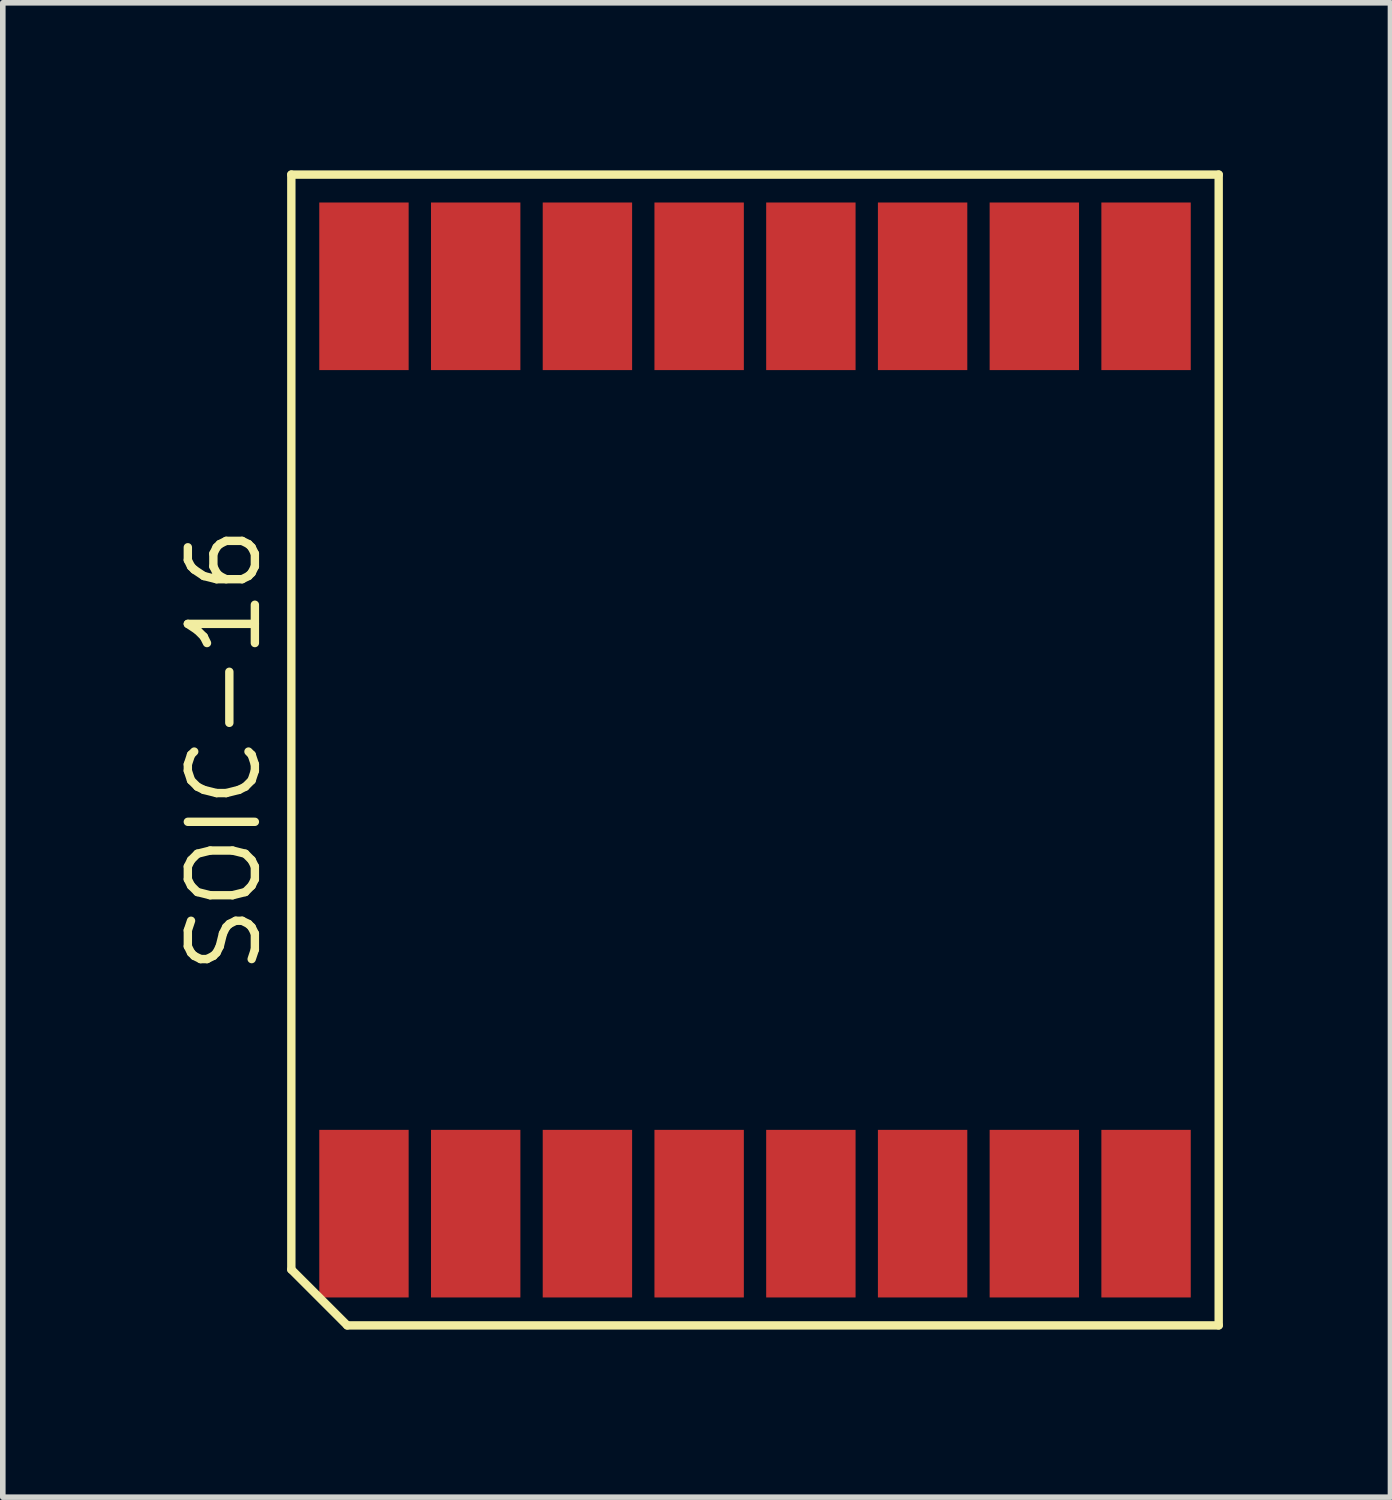
<source format=kicad_pcb>
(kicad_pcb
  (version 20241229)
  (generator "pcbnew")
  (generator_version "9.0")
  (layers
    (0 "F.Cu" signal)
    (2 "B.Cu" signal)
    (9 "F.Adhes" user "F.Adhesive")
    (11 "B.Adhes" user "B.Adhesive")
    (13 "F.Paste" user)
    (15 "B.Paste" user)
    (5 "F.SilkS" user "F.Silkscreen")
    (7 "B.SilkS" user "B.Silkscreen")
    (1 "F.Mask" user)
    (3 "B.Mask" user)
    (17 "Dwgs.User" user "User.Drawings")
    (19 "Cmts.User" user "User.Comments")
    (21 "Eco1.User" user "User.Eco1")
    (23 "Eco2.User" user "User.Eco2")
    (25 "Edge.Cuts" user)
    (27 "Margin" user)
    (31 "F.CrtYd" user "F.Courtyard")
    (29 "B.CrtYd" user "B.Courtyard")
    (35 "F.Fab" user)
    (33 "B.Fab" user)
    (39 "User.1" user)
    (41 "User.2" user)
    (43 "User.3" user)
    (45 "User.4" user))
  (footprint "SOIC-16"
    (layer "F.Cu")
    (at 10.465 10.375)
    (property "Reference" "SOIC-16" (at -9.5 0 90) (layer "F.SilkS") (effects (font (size 1.2 1.2) (thickness 0.15))))
    (attr through_hole)
    (fp_line (start -8.3 -10.3) (end -8.3 9.3) (stroke (width 0.15) (type solid)) (layer "F.SilkS"))
    (fp_line (start -8.3 9.3) (end -7.3 10.3) (stroke (width 0.15) (type solid)) (layer "F.SilkS"))
    (fp_line (start -7.3 10.3) (end 8.3 10.3) (stroke (width 0.15) (type solid)) (layer "F.SilkS"))
    (fp_line (start 8.3 -10.3) (end -8.3 -10.3) (stroke (width 0.15) (type solid)) (layer "F.SilkS"))
    (fp_line (start 8.3 10.3) (end 8.3 -10.3) (stroke (width 0.15) (type solid)) (layer "F.SilkS"))
    (pad "1" smd rect (at -7 8.3) (size 1.6 3) (layers "F.Cu" "F.Mask" "F.Paste"))
    (pad "2" smd rect (at -5 8.3) (size 1.6 3) (layers "F.Cu" "F.Mask" "F.Paste"))
    (pad "3" smd rect (at -3 8.3) (size 1.6 3) (layers "F.Cu" "F.Mask" "F.Paste"))
    (pad "4" smd rect (at -1 8.3) (size 1.6 3) (layers "F.Cu" "F.Mask" "F.Paste"))
    (pad "5" smd rect (at 1 8.3) (size 1.6 3) (layers "F.Cu" "F.Mask" "F.Paste"))
    (pad "6" smd rect (at 3 8.3) (size 1.6 3) (layers "F.Cu" "F.Mask" "F.Paste"))
    (pad "7" smd rect (at 5 8.3) (size 1.6 3) (layers "F.Cu" "F.Mask" "F.Paste"))
    (pad "8" smd rect (at 7 8.3) (size 1.6 3) (layers "F.Cu" "F.Mask" "F.Paste"))
    (pad "9" smd rect (at 7 -8.3) (size 1.6 3) (layers "F.Cu" "F.Mask" "F.Paste"))
    (pad "10" smd rect (at 5 -8.3) (size 1.6 3) (layers "F.Cu" "F.Mask" "F.Paste"))
    (pad "11" smd rect (at 3 -8.3) (size 1.6 3) (layers "F.Cu" "F.Mask" "F.Paste"))
    (pad "12" smd rect (at 1 -8.3) (size 1.6 3) (layers "F.Cu" "F.Mask" "F.Paste"))
    (pad "13" smd rect (at -1 -8.3) (size 1.6 3) (layers "F.Cu" "F.Mask" "F.Paste"))
    (pad "14" smd rect (at -3 -8.3) (size 1.6 3) (layers "F.Cu" "F.Mask" "F.Paste"))
    (pad "15" smd rect (at -5 -8.3) (size 1.6 3) (layers "F.Cu" "F.Mask" "F.Paste"))
    (pad "16" smd rect (at -7 -8.3) (size 1.6 3) (layers "F.Cu" "F.Mask" "F.Paste")))
  (gr_rect
    (start -3 -3)
    (end 21.84 23.75)
    (stroke (width 0.1) (type default))
    (fill no)
    (layer "Edge.Cuts")))
</source>
